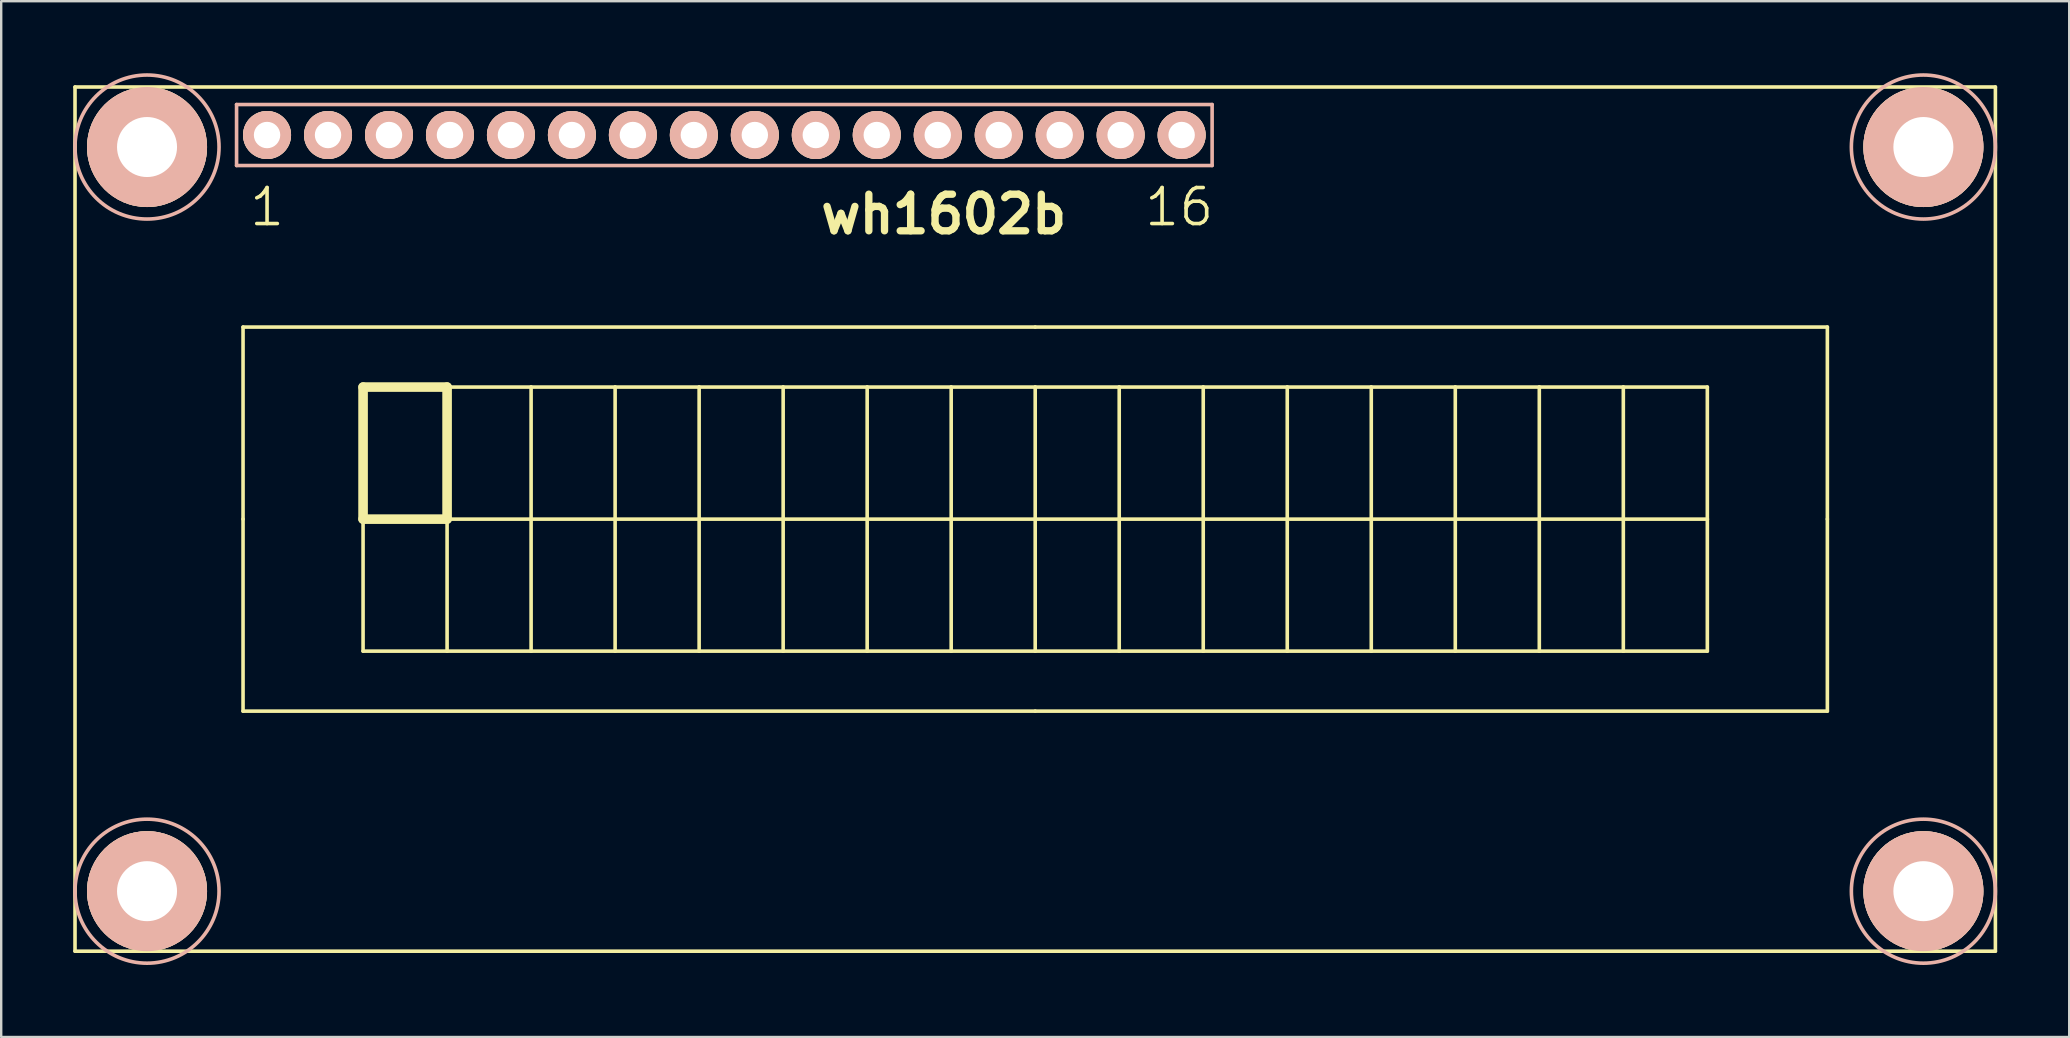
<source format=kicad_pcb>
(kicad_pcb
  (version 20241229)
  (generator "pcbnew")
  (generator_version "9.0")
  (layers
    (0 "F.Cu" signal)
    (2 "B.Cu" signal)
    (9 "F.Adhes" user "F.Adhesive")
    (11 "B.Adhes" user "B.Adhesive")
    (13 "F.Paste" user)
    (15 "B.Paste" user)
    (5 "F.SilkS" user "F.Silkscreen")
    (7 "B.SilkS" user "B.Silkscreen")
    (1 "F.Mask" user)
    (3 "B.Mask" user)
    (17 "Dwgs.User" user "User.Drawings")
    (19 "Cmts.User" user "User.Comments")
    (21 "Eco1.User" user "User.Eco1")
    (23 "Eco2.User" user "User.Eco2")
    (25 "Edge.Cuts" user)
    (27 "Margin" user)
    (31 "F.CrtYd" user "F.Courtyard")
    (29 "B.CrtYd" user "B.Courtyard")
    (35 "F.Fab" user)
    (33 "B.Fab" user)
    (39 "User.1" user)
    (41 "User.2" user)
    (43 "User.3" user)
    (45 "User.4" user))
  (footprint "wh1602b"
    (layer "F.Cu")
    (at 40.075 18.575)
    (property "Reference" "wh1602b" (at -3.81 -12.7 0) (layer "F.SilkS") (effects (font (size 1.524 1.524) (thickness 0.305))))
    (attr through_hole)
    (fp_line (start -40 -18) (end -40 18) (stroke (width 0.15) (type solid)) (layer "F.SilkS"))
    (fp_line (start -40 -18) (end 40 -18) (stroke (width 0.15) (type solid)) (layer "F.SilkS"))
    (fp_line (start -40 18) (end 40 18) (stroke (width 0.15) (type solid)) (layer "F.SilkS"))
    (fp_line (start -33 -8) (end -33 0) (stroke (width 0.15) (type solid)) (layer "F.SilkS"))
    (fp_line (start -33 0) (end -33 8) (stroke (width 0.15) (type solid)) (layer "F.SilkS"))
    (fp_line (start -33 8) (end 0 8) (stroke (width 0.15) (type solid)) (layer "F.SilkS"))
    (fp_line (start -28 -5.5) (end -24.5 -5.5) (stroke (width 0.4) (type solid)) (layer "F.SilkS"))
    (fp_line (start -28 0) (end -28 -5.5) (stroke (width 0.4) (type solid)) (layer "F.SilkS"))
    (fp_line (start -28 0) (end -28 5.5) (stroke (width 0.15) (type solid)) (layer "F.SilkS"))
    (fp_line (start -28 5.5) (end -24.5 5.5) (stroke (width 0.15) (type solid)) (layer "F.SilkS"))
    (fp_line (start -24.5 -5.5) (end -24.5 0) (stroke (width 0.4) (type solid)) (layer "F.SilkS"))
    (fp_line (start -24.5 0) (end -28 0) (stroke (width 0.4) (type solid)) (layer "F.SilkS"))
    (fp_line (start -24.5 0) (end -21 0) (stroke (width 0.15) (type solid)) (layer "F.SilkS"))
    (fp_line (start -24.5 5.5) (end -24.5 0) (stroke (width 0.15) (type solid)) (layer "F.SilkS"))
    (fp_line (start -24.5 5.5) (end -21 5.5) (stroke (width 0.15) (type solid)) (layer "F.SilkS"))
    (fp_line (start -21 -5.5) (end -24.5 -5.5) (stroke (width 0.15) (type solid)) (layer "F.SilkS"))
    (fp_line (start -21 -5.5) (end -17.5 -5.5) (stroke (width 0.15) (type solid)) (layer "F.SilkS"))
    (fp_line (start -21 0) (end -21 -5.5) (stroke (width 0.15) (type solid)) (layer "F.SilkS"))
    (fp_line (start -21 0) (end -21 5.5) (stroke (width 0.15) (type solid)) (layer "F.SilkS"))
    (fp_line (start -21 5.5) (end -17.5 5.5) (stroke (width 0.15) (type solid)) (layer "F.SilkS"))
    (fp_line (start -17.5 -5.5) (end -17.5 0) (stroke (width 0.15) (type solid)) (layer "F.SilkS"))
    (fp_line (start -17.5 0) (end -21 0) (stroke (width 0.15) (type solid)) (layer "F.SilkS"))
    (fp_line (start -17.5 0) (end -14 0) (stroke (width 0.15) (type solid)) (layer "F.SilkS"))
    (fp_line (start -17.5 5.5) (end -17.5 0) (stroke (width 0.15) (type solid)) (layer "F.SilkS"))
    (fp_line (start -14 -5.5) (end -17.5 -5.5) (stroke (width 0.15) (type solid)) (layer "F.SilkS"))
    (fp_line (start -14 -5.5) (end -10.5 -5.5) (stroke (width 0.15) (type solid)) (layer "F.SilkS"))
    (fp_line (start -14 0) (end -14 -5.5) (stroke (width 0.15) (type solid)) (layer "F.SilkS"))
    (fp_line (start -14 0) (end -14 5.5) (stroke (width 0.15) (type solid)) (layer "F.SilkS"))
    (fp_line (start -14 5.5) (end -17.5 5.5) (stroke (width 0.15) (type solid)) (layer "F.SilkS"))
    (fp_line (start -14 5.5) (end -10.5 5.5) (stroke (width 0.15) (type solid)) (layer "F.SilkS"))
    (fp_line (start -10.5 -5.5) (end -10.5 0) (stroke (width 0.15) (type solid)) (layer "F.SilkS"))
    (fp_line (start -10.5 0) (end -14 0) (stroke (width 0.15) (type solid)) (layer "F.SilkS"))
    (fp_line (start -10.5 0) (end -7 0) (stroke (width 0.15) (type solid)) (layer "F.SilkS"))
    (fp_line (start -10.5 5.5) (end -10.5 0) (stroke (width 0.15) (type solid)) (layer "F.SilkS"))
    (fp_line (start -7 -5.5) (end -10.5 -5.5) (stroke (width 0.15) (type solid)) (layer "F.SilkS"))
    (fp_line (start -7 -5.5) (end -3.5 -5.5) (stroke (width 0.15) (type solid)) (layer "F.SilkS"))
    (fp_line (start -7 0) (end -7 -5.5) (stroke (width 0.15) (type solid)) (layer "F.SilkS"))
    (fp_line (start -7 0) (end -7 5.5) (stroke (width 0.15) (type solid)) (layer "F.SilkS"))
    (fp_line (start -7 5.5) (end -10.5 5.5) (stroke (width 0.15) (type solid)) (layer "F.SilkS"))
    (fp_line (start -7 5.5) (end -3.5 5.5) (stroke (width 0.15) (type solid)) (layer "F.SilkS"))
    (fp_line (start -3.5 -5.5) (end -3.5 0) (stroke (width 0.15) (type solid)) (layer "F.SilkS"))
    (fp_line (start -3.5 0) (end -7 0) (stroke (width 0.15) (type solid)) (layer "F.SilkS"))
    (fp_line (start -3.5 0) (end 0 0) (stroke (width 0.15) (type solid)) (layer "F.SilkS"))
    (fp_line (start -3.5 5.5) (end -3.5 0) (stroke (width 0.15) (type solid)) (layer "F.SilkS"))
    (fp_line (start 0 -8) (end -33 -8) (stroke (width 0.15) (type solid)) (layer "F.SilkS"))
    (fp_line (start 0 -5.5) (end -3.5 -5.5) (stroke (width 0.15) (type solid)) (layer "F.SilkS"))
    (fp_line (start 0 -5.5) (end 3.5 -5.5) (stroke (width 0.15) (type solid)) (layer "F.SilkS"))
    (fp_line (start 0 0) (end 0 -5.5) (stroke (width 0.15) (type solid)) (layer "F.SilkS"))
    (fp_line (start 0 0) (end 0 5.5) (stroke (width 0.15) (type solid)) (layer "F.SilkS"))
    (fp_line (start 0 5.5) (end -3.5 5.5) (stroke (width 0.15) (type solid)) (layer "F.SilkS"))
    (fp_line (start 0 5.5) (end 3.5 5.5) (stroke (width 0.15) (type solid)) (layer "F.SilkS"))
    (fp_line (start 0 8) (end 33 8) (stroke (width 0.15) (type solid)) (layer "F.SilkS"))
    (fp_line (start 3.5 -5.5) (end 3.5 0) (stroke (width 0.15) (type solid)) (layer "F.SilkS"))
    (fp_line (start 3.5 0) (end 0 0) (stroke (width 0.15) (type solid)) (layer "F.SilkS"))
    (fp_line (start 3.5 0) (end 7 0) (stroke (width 0.15) (type solid)) (layer "F.SilkS"))
    (fp_line (start 3.5 5.5) (end 3.5 0) (stroke (width 0.15) (type solid)) (layer "F.SilkS"))
    (fp_line (start 3.5 5.5) (end 7 5.5) (stroke (width 0.15) (type solid)) (layer "F.SilkS"))
    (fp_line (start 7 -5.5) (end 3.5 -5.5) (stroke (width 0.15) (type solid)) (layer "F.SilkS"))
    (fp_line (start 7 -5.5) (end 10.5 -5.5) (stroke (width 0.15) (type solid)) (layer "F.SilkS"))
    (fp_line (start 7 0) (end 7 -5.5) (stroke (width 0.15) (type solid)) (layer "F.SilkS"))
    (fp_line (start 7 0) (end 7 5.5) (stroke (width 0.15) (type solid)) (layer "F.SilkS"))
    (fp_line (start 7 5.5) (end 10.5 5.5) (stroke (width 0.15) (type solid)) (layer "F.SilkS"))
    (fp_line (start 10.5 -5.5) (end 10.5 0) (stroke (width 0.15) (type solid)) (layer "F.SilkS"))
    (fp_line (start 10.5 0) (end 7 0) (stroke (width 0.15) (type solid)) (layer "F.SilkS"))
    (fp_line (start 10.5 0) (end 14 0) (stroke (width 0.15) (type solid)) (layer "F.SilkS"))
    (fp_line (start 10.5 5.5) (end 10.5 0) (stroke (width 0.15) (type solid)) (layer "F.SilkS"))
    (fp_line (start 14 -5.5) (end 10.5 -5.5) (stroke (width 0.15) (type solid)) (layer "F.SilkS"))
    (fp_line (start 14 -5.5) (end 17.5 -5.5) (stroke (width 0.15) (type solid)) (layer "F.SilkS"))
    (fp_line (start 14 0) (end 14 -5.5) (stroke (width 0.15) (type solid)) (layer "F.SilkS"))
    (fp_line (start 14 0) (end 14 5.5) (stroke (width 0.15) (type solid)) (layer "F.SilkS"))
    (fp_line (start 14 5.5) (end 10.5 5.5) (stroke (width 0.15) (type solid)) (layer "F.SilkS"))
    (fp_line (start 14 5.5) (end 17.5 5.5) (stroke (width 0.15) (type solid)) (layer "F.SilkS"))
    (fp_line (start 17.5 -5.5) (end 17.5 0) (stroke (width 0.15) (type solid)) (layer "F.SilkS"))
    (fp_line (start 17.5 0) (end 14 0) (stroke (width 0.15) (type solid)) (layer "F.SilkS"))
    (fp_line (start 17.5 0) (end 21 0) (stroke (width 0.15) (type solid)) (layer "F.SilkS"))
    (fp_line (start 17.5 5.5) (end 17.5 0) (stroke (width 0.15) (type solid)) (layer "F.SilkS"))
    (fp_line (start 21 -5.5) (end 17.5 -5.5) (stroke (width 0.15) (type solid)) (layer "F.SilkS"))
    (fp_line (start 21 -5.5) (end 24.5 -5.5) (stroke (width 0.15) (type solid)) (layer "F.SilkS"))
    (fp_line (start 21 0) (end 21 -5.5) (stroke (width 0.15) (type solid)) (layer "F.SilkS"))
    (fp_line (start 21 0) (end 21 5.5) (stroke (width 0.15) (type solid)) (layer "F.SilkS"))
    (fp_line (start 21 5.5) (end 17.5 5.5) (stroke (width 0.15) (type solid)) (layer "F.SilkS"))
    (fp_line (start 21 5.5) (end 24.5 5.5) (stroke (width 0.15) (type solid)) (layer "F.SilkS"))
    (fp_line (start 24.5 -5.5) (end 24.5 0) (stroke (width 0.15) (type solid)) (layer "F.SilkS"))
    (fp_line (start 24.5 0) (end 21 0) (stroke (width 0.15) (type solid)) (layer "F.SilkS"))
    (fp_line (start 24.5 0) (end 28 0) (stroke (width 0.15) (type solid)) (layer "F.SilkS"))
    (fp_line (start 24.5 5.5) (end 24.5 0) (stroke (width 0.15) (type solid)) (layer "F.SilkS"))
    (fp_line (start 28 -5.5) (end 24.5 -5.5) (stroke (width 0.15) (type solid)) (layer "F.SilkS"))
    (fp_line (start 28 0) (end 28 -5.5) (stroke (width 0.15) (type solid)) (layer "F.SilkS"))
    (fp_line (start 28 0) (end 28 5.5) (stroke (width 0.15) (type solid)) (layer "F.SilkS"))
    (fp_line (start 28 5.5) (end 24.5 5.5) (stroke (width 0.15) (type solid)) (layer "F.SilkS"))
    (fp_line (start 33 -8) (end 0 -8) (stroke (width 0.15) (type solid)) (layer "F.SilkS"))
    (fp_line (start 33 0) (end 33 -8) (stroke (width 0.15) (type solid)) (layer "F.SilkS"))
    (fp_line (start 33 8) (end 33 0) (stroke (width 0.15) (type solid)) (layer "F.SilkS"))
    (fp_line (start 40 18) (end 40 -18) (stroke (width 0.15) (type solid)) (layer "F.SilkS"))
    (fp_line (start -33.27 -17.27) (end -33.27 -14.73) (stroke (width 0.15) (type solid)) (layer "B.SilkS"))
    (fp_line (start -33.27 -14.73) (end 7.37 -14.73) (stroke (width 0.15) (type solid)) (layer "B.SilkS"))
    (fp_line (start 7.37 -17.27) (end -33.27 -17.27) (stroke (width 0.15) (type solid)) (layer "B.SilkS"))
    (fp_line (start 7.37 -14.73) (end 7.37 -17.27) (stroke (width 0.15) (type solid)) (layer "B.SilkS"))
    (fp_circle (center -37 -15.5) (end -34 -15.5) (stroke (width 0.15) (type solid)) (fill no) (layer "B.SilkS"))
    (fp_circle (center -37 15.5) (end -34 15.5) (stroke (width 0.15) (type solid)) (fill no) (layer "B.SilkS"))
    (fp_circle (center 37 -15.5) (end 34 -15.5) (stroke (width 0.15) (type solid)) (fill no) (layer "B.SilkS"))
    (fp_circle (center 37 15.5) (end 34 15.5) (stroke (width 0.15) (type solid)) (fill no) (layer "B.SilkS"))
    (fp_text user "16" (at 6 -13 0) (layer "F.SilkS") (effects (font (size 1.5 1.5) (thickness 0.15))))
    (fp_text user "1" (at -32 -13 0) (layer "F.SilkS") (effects (font (size 1.5 1.5) (thickness 0.15))))
    (pad "" np_thru_hole circle (at -37 -15.5) (size 5 5) (drill 2.5) (layers "*.Cu" "*.SilkS" "*.Mask"))
    (pad "" np_thru_hole circle (at -37 15.5) (size 5 5) (drill 2.5) (layers "*.Cu" "*.SilkS" "*.Mask"))
    (pad "" np_thru_hole circle (at 37 -15.5) (size 5 5) (drill 2.5) (layers "*.Cu" "*.SilkS" "*.Mask"))
    (pad "" np_thru_hole circle (at 37 15.5) (size 5 5) (drill 2.5) (layers "*.Cu" "*.SilkS" "*.Mask"))
    (pad "1" thru_hole circle (at -32 -16) (size 2 2) (drill 1.1) (layers "*.Cu" "*.SilkS" "*.Mask"))
    (pad "2" thru_hole circle (at -29.46 -16) (size 2 2) (drill 1.1) (layers "*.Cu" "*.SilkS" "*.Mask"))
    (pad "3" thru_hole circle (at -26.92 -16) (size 2 2) (drill 1.1) (layers "*.Cu" "*.SilkS" "*.Mask"))
    (pad "4" thru_hole circle (at -24.38 -16) (size 2 2) (drill 1.1) (layers "*.Cu" "*.SilkS" "*.Mask"))
    (pad "5" thru_hole circle (at -21.84 -16) (size 2 2) (drill 1.1) (layers "*.Cu" "*.SilkS" "*.Mask"))
    (pad "6" thru_hole circle (at -19.3 -16) (size 2 2) (drill 1.1) (layers "*.Cu" "*.SilkS" "*.Mask"))
    (pad "7" thru_hole circle (at -16.76 -16) (size 2 2) (drill 1.1) (layers "*.Cu" "*.SilkS" "*.Mask"))
    (pad "8" thru_hole circle (at -14.22 -16) (size 2 2) (drill 1.1) (layers "*.Cu" "*.SilkS" "*.Mask"))
    (pad "9" thru_hole circle (at -11.68 -16) (size 2 2) (drill 1.1) (layers "*.Cu" "*.SilkS" "*.Mask"))
    (pad "10" thru_hole circle (at -9.14 -16) (size 2 2) (drill 1.1) (layers "*.Cu" "*.SilkS" "*.Mask"))
    (pad "11" thru_hole circle (at -6.6 -16) (size 2 2) (drill 1.1) (layers "*.Cu" "*.SilkS" "*.Mask"))
    (pad "12" thru_hole circle (at -4.06 -16) (size 2 2) (drill 1.1) (layers "*.Cu" "*.SilkS" "*.Mask"))
    (pad "13" thru_hole circle (at -1.52 -16) (size 2 2) (drill 1.1) (layers "*.Cu" "*.SilkS" "*.Mask"))
    (pad "14" thru_hole circle (at 1.02 -16) (size 2 2) (drill 1.1) (layers "*.Cu" "*.SilkS" "*.Mask"))
    (pad "15" thru_hole circle (at 3.56 -16) (size 2 2) (drill 1.1) (layers "*.Cu" "*.SilkS" "*.Mask"))
    (pad "16" thru_hole circle (at 6.1 -16) (size 2 2) (drill 1.1) (layers "*.Cu" "*.SilkS" "*.Mask")))
  (gr_rect
    (start -3 -3)
    (end 83.15 40.15)
    (stroke (width 0.1) (type default))
    (fill no)
    (layer "Edge.Cuts")))
</source>
